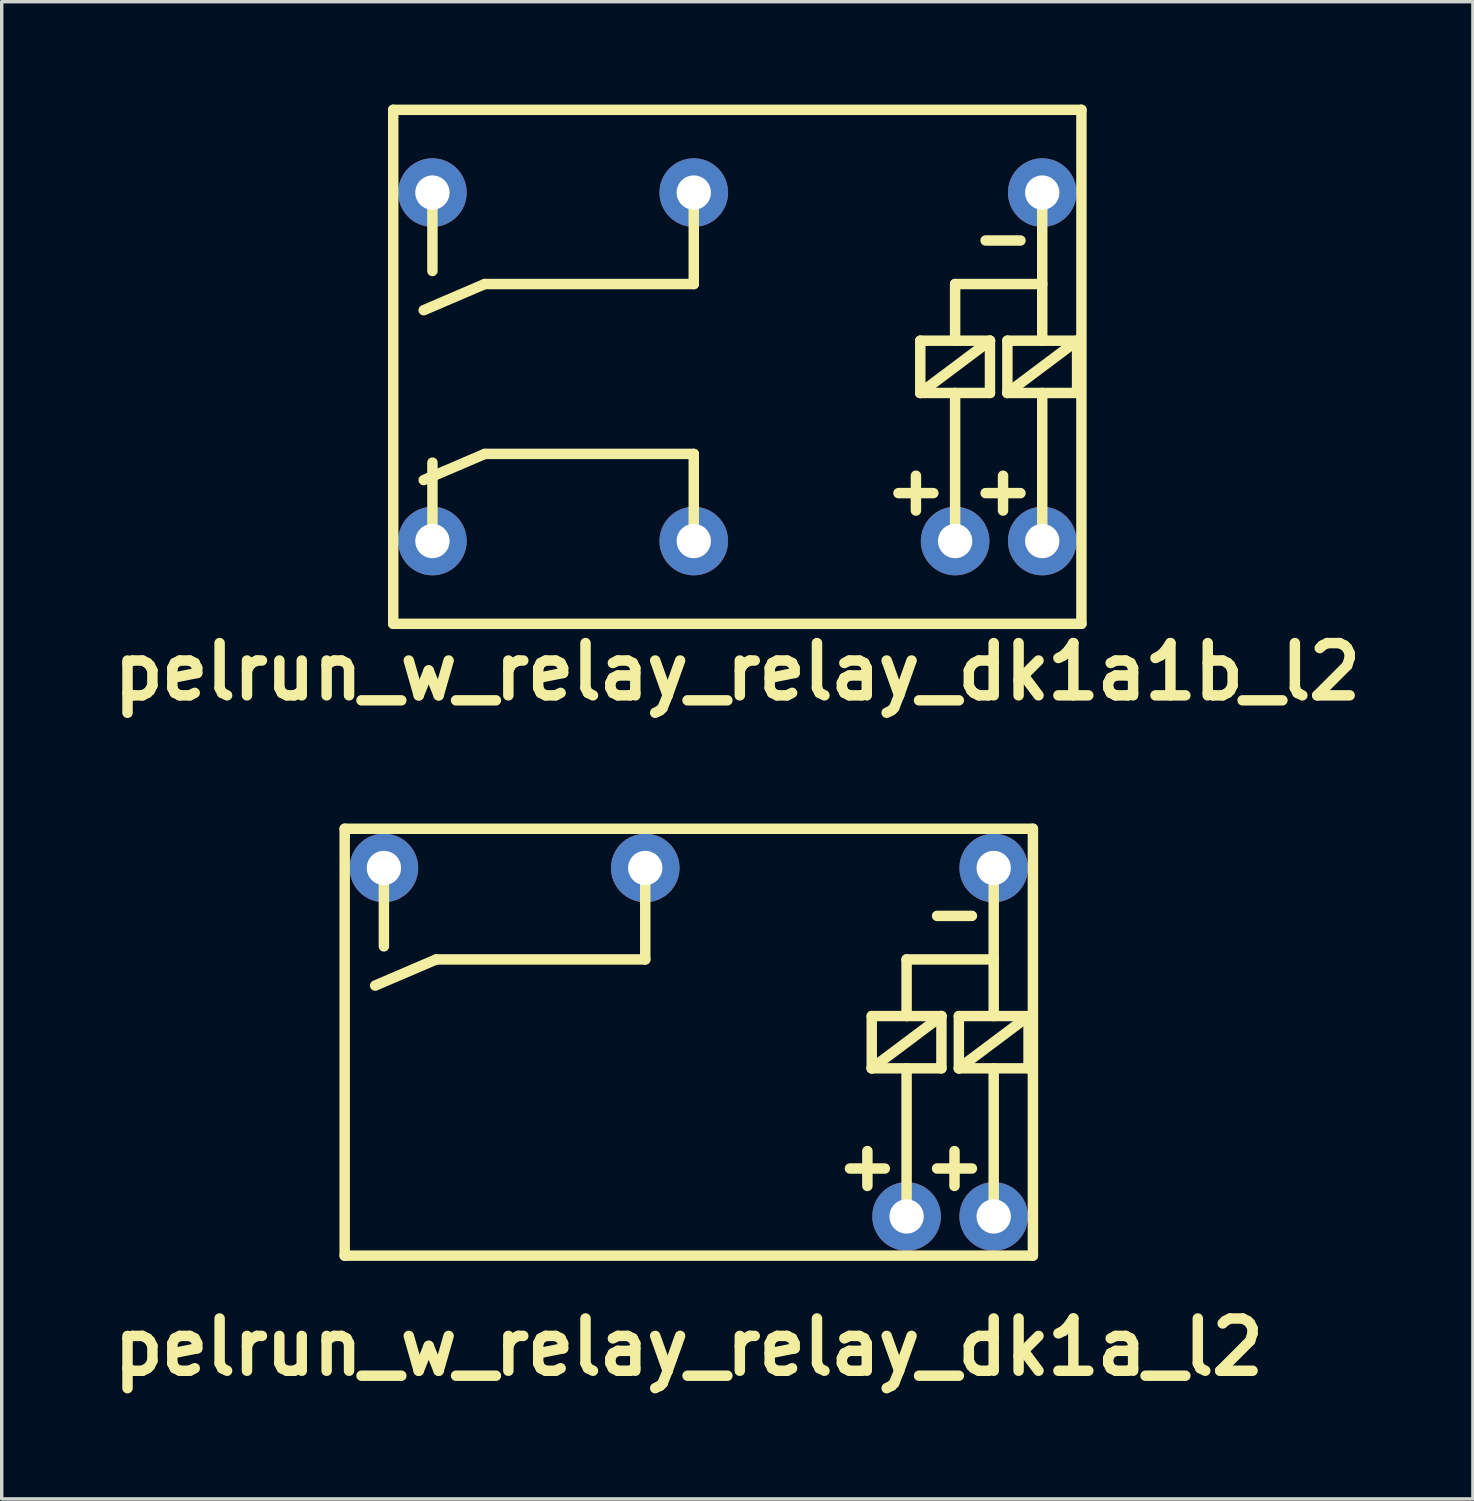
<source format=kicad_pcb>
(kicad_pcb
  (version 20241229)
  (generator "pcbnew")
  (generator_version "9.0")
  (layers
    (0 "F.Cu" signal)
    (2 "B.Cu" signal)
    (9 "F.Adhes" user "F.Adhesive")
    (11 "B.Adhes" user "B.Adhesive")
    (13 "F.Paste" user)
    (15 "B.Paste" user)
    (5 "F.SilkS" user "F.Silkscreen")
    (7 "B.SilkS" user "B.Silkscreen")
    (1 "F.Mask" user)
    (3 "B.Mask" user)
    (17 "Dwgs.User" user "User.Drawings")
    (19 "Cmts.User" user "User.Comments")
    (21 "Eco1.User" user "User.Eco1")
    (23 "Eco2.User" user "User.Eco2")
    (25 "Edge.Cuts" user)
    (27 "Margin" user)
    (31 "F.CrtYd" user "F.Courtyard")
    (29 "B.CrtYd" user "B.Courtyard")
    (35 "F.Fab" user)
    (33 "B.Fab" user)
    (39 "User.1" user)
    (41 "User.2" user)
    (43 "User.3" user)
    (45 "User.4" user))
  (footprint "pelrun_w_relay_relay_dk1a_l2"
    (layer "F.Cu")
    (at 17.033 27.337)
    (property "Reference" "pelrun_w_relay_relay_dk1a_l2" (at 0 8.89 0) (layer "F.SilkS") (effects (font (size 1.524 1.524) (thickness 0.305))))
    (attr through_hole)
    (fp_line (start -10.033 6.223) (end -10.033 -6.223) (stroke (width 0.305) (type solid)) (layer "F.SilkS"))
    (fp_line (start -10.033 6.223) (end 10.033 6.223) (stroke (width 0.305) (type solid)) (layer "F.SilkS"))
    (fp_line (start -8.89 -5.08) (end -8.89 -2.794) (stroke (width 0.305) (type solid)) (layer "F.SilkS"))
    (fp_line (start -7.366 -2.413) (end -9.144 -1.651) (stroke (width 0.305) (type solid)) (layer "F.SilkS"))
    (fp_line (start -1.27 -4.953) (end -1.27 -2.413) (stroke (width 0.305) (type solid)) (layer "F.SilkS"))
    (fp_line (start -1.27 -2.413) (end -7.366 -2.413) (stroke (width 0.305) (type solid)) (layer "F.SilkS"))
    (fp_line (start 4.699 3.683) (end 5.715 3.683) (stroke (width 0.305) (type solid)) (layer "F.SilkS"))
    (fp_line (start 5.207 3.175) (end 5.207 4.191) (stroke (width 0.305) (type solid)) (layer "F.SilkS"))
    (fp_line (start 5.334 -0.762) (end 7.366 -0.762) (stroke (width 0.305) (type solid)) (layer "F.SilkS"))
    (fp_line (start 5.334 0.762) (end 5.334 -0.762) (stroke (width 0.305) (type solid)) (layer "F.SilkS"))
    (fp_line (start 6.35 -2.413) (end 8.89 -2.413) (stroke (width 0.305) (type solid)) (layer "F.SilkS"))
    (fp_line (start 6.35 -0.762) (end 6.35 -2.413) (stroke (width 0.305) (type solid)) (layer "F.SilkS"))
    (fp_line (start 6.35 5.08) (end 6.35 0.762) (stroke (width 0.305) (type solid)) (layer "F.SilkS"))
    (fp_line (start 7.239 -3.683) (end 8.255 -3.683) (stroke (width 0.305) (type solid)) (layer "F.SilkS"))
    (fp_line (start 7.239 3.683) (end 8.255 3.683) (stroke (width 0.305) (type solid)) (layer "F.SilkS"))
    (fp_line (start 7.366 -0.762) (end 5.334 0.762) (stroke (width 0.305) (type solid)) (layer "F.SilkS"))
    (fp_line (start 7.366 -0.762) (end 7.366 0.762) (stroke (width 0.305) (type solid)) (layer "F.SilkS"))
    (fp_line (start 7.366 0.762) (end 5.334 0.762) (stroke (width 0.305) (type solid)) (layer "F.SilkS"))
    (fp_line (start 7.747 3.175) (end 7.747 4.191) (stroke (width 0.305) (type solid)) (layer "F.SilkS"))
    (fp_line (start 7.874 -0.762) (end 9.906 -0.762) (stroke (width 0.305) (type solid)) (layer "F.SilkS"))
    (fp_line (start 7.874 0.762) (end 7.874 -0.762) (stroke (width 0.305) (type solid)) (layer "F.SilkS"))
    (fp_line (start 8.89 -0.762) (end 8.89 -5.08) (stroke (width 0.305) (type solid)) (layer "F.SilkS"))
    (fp_line (start 8.89 5.08) (end 8.89 0.762) (stroke (width 0.305) (type solid)) (layer "F.SilkS"))
    (fp_line (start 9.906 -0.762) (end 7.874 0.762) (stroke (width 0.305) (type solid)) (layer "F.SilkS"))
    (fp_line (start 9.906 -0.762) (end 9.906 0.762) (stroke (width 0.305) (type solid)) (layer "F.SilkS"))
    (fp_line (start 9.906 0.762) (end 7.874 0.762) (stroke (width 0.305) (type solid)) (layer "F.SilkS"))
    (fp_line (start 10.033 -6.223) (end -10.033 -6.223) (stroke (width 0.305) (type solid)) (layer "F.SilkS"))
    (fp_line (start 10.033 -6.223) (end 10.033 6.223) (stroke (width 0.305) (type solid)) (layer "F.SilkS"))
    (pad "1" thru_hole circle (at 8.89 -5.08 180) (size 2 2) (drill 1) (layers "*.Cu" "*.Mask"))
    (pad "3" thru_hole circle (at -1.27 -5.08 180) (size 2 2) (drill 1) (layers "*.Cu" "*.Mask"))
    (pad "4" thru_hole circle (at -8.89 -5.08 180) (size 2 2) (drill 1) (layers "*.Cu" "*.Mask"))
    (pad "5" thru_hole circle (at 6.35 5.08 180) (size 2 2) (drill 1) (layers "*.Cu" "*.Mask"))
    (pad "6" thru_hole circle (at 8.89 5.08 180) (size 2 2) (drill 1) (layers "*.Cu" "*.Mask")))
  (footprint "pelrun_w_relay_relay_dk1a1b_l2"
    (layer "F.Cu")
    (at 18.448 7.645)
    (property "Reference" "pelrun_w_relay_relay_dk1a1b_l2" (at 0 8.89 0) (layer "F.SilkS") (effects (font (size 1.524 1.524) (thickness 0.305))))
    (attr through_hole)
    (fp_line (start -10.033 -7.493) (end -10.033 7.493) (stroke (width 0.305) (type solid)) (layer "F.SilkS"))
    (fp_line (start -10.033 7.493) (end 10.033 7.493) (stroke (width 0.305) (type solid)) (layer "F.SilkS"))
    (fp_line (start -8.89 -5.08) (end -8.89 -2.794) (stroke (width 0.305) (type solid)) (layer "F.SilkS"))
    (fp_line (start -8.89 2.794) (end -8.89 5.08) (stroke (width 0.305) (type solid)) (layer "F.SilkS"))
    (fp_line (start -7.366 -2.413) (end -9.144 -1.651) (stroke (width 0.305) (type solid)) (layer "F.SilkS"))
    (fp_line (start -7.366 2.54) (end -9.144 3.302) (stroke (width 0.305) (type solid)) (layer "F.SilkS"))
    (fp_line (start -1.27 -4.953) (end -1.27 -2.413) (stroke (width 0.305) (type solid)) (layer "F.SilkS"))
    (fp_line (start -1.27 -2.413) (end -7.366 -2.413) (stroke (width 0.305) (type solid)) (layer "F.SilkS"))
    (fp_line (start -1.27 2.54) (end -7.366 2.54) (stroke (width 0.305) (type solid)) (layer "F.SilkS"))
    (fp_line (start -1.27 2.54) (end -1.27 5.08) (stroke (width 0.305) (type solid)) (layer "F.SilkS"))
    (fp_line (start 4.699 3.683) (end 5.715 3.683) (stroke (width 0.305) (type solid)) (layer "F.SilkS"))
    (fp_line (start 5.207 3.175) (end 5.207 4.191) (stroke (width 0.305) (type solid)) (layer "F.SilkS"))
    (fp_line (start 5.334 -0.762) (end 7.366 -0.762) (stroke (width 0.305) (type solid)) (layer "F.SilkS"))
    (fp_line (start 5.334 0.762) (end 5.334 -0.762) (stroke (width 0.305) (type solid)) (layer "F.SilkS"))
    (fp_line (start 6.35 -2.413) (end 8.89 -2.413) (stroke (width 0.305) (type solid)) (layer "F.SilkS"))
    (fp_line (start 6.35 -0.762) (end 6.35 -2.413) (stroke (width 0.305) (type solid)) (layer "F.SilkS"))
    (fp_line (start 6.35 5.08) (end 6.35 0.762) (stroke (width 0.305) (type solid)) (layer "F.SilkS"))
    (fp_line (start 7.239 -3.683) (end 8.255 -3.683) (stroke (width 0.305) (type solid)) (layer "F.SilkS"))
    (fp_line (start 7.239 3.683) (end 8.255 3.683) (stroke (width 0.305) (type solid)) (layer "F.SilkS"))
    (fp_line (start 7.366 -0.762) (end 5.334 0.762) (stroke (width 0.305) (type solid)) (layer "F.SilkS"))
    (fp_line (start 7.366 -0.762) (end 7.366 0.762) (stroke (width 0.305) (type solid)) (layer "F.SilkS"))
    (fp_line (start 7.366 0.762) (end 5.334 0.762) (stroke (width 0.305) (type solid)) (layer "F.SilkS"))
    (fp_line (start 7.747 3.175) (end 7.747 4.191) (stroke (width 0.305) (type solid)) (layer "F.SilkS"))
    (fp_line (start 7.874 -0.762) (end 9.906 -0.762) (stroke (width 0.305) (type solid)) (layer "F.SilkS"))
    (fp_line (start 7.874 0.762) (end 7.874 -0.762) (stroke (width 0.305) (type solid)) (layer "F.SilkS"))
    (fp_line (start 8.89 -0.762) (end 8.89 -5.08) (stroke (width 0.305) (type solid)) (layer "F.SilkS"))
    (fp_line (start 8.89 5.08) (end 8.89 0.762) (stroke (width 0.305) (type solid)) (layer "F.SilkS"))
    (fp_line (start 9.906 -0.762) (end 7.874 0.762) (stroke (width 0.305) (type solid)) (layer "F.SilkS"))
    (fp_line (start 9.906 -0.762) (end 9.906 0.762) (stroke (width 0.305) (type solid)) (layer "F.SilkS"))
    (fp_line (start 9.906 0.762) (end 7.874 0.762) (stroke (width 0.305) (type solid)) (layer "F.SilkS"))
    (fp_line (start 10.033 -7.493) (end -10.033 -7.493) (stroke (width 0.305) (type solid)) (layer "F.SilkS"))
    (fp_line (start 10.033 7.493) (end 10.033 -7.493) (stroke (width 0.305) (type solid)) (layer "F.SilkS"))
    (pad "1" thru_hole circle (at 8.89 -5.08 180) (size 2 2) (drill 1) (layers "*.Cu" "*.Mask"))
    (pad "3" thru_hole circle (at -1.27 -5.08 180) (size 2 2) (drill 1) (layers "*.Cu" "*.Mask"))
    (pad "4" thru_hole circle (at -8.89 -5.08 180) (size 2 2) (drill 1) (layers "*.Cu" "*.Mask"))
    (pad "5" thru_hole circle (at -8.89 5.08 180) (size 2 2) (drill 1) (layers "*.Cu" "*.Mask"))
    (pad "6" thru_hole circle (at -1.27 5.08 180) (size 2 2) (drill 1) (layers "*.Cu" "*.Mask"))
    (pad "7" thru_hole circle (at 6.35 5.08 180) (size 2 2) (drill 1) (layers "*.Cu" "*.Mask"))
    (pad "8" thru_hole circle (at 8.89 5.08 180) (size 2 2) (drill 1) (layers "*.Cu" "*.Mask")))
  (gr_rect
    (start -3 -3)
    (end 39.895 40.654)
    (stroke (width 0.1) (type default))
    (fill no)
    (layer "Edge.Cuts")))
</source>
